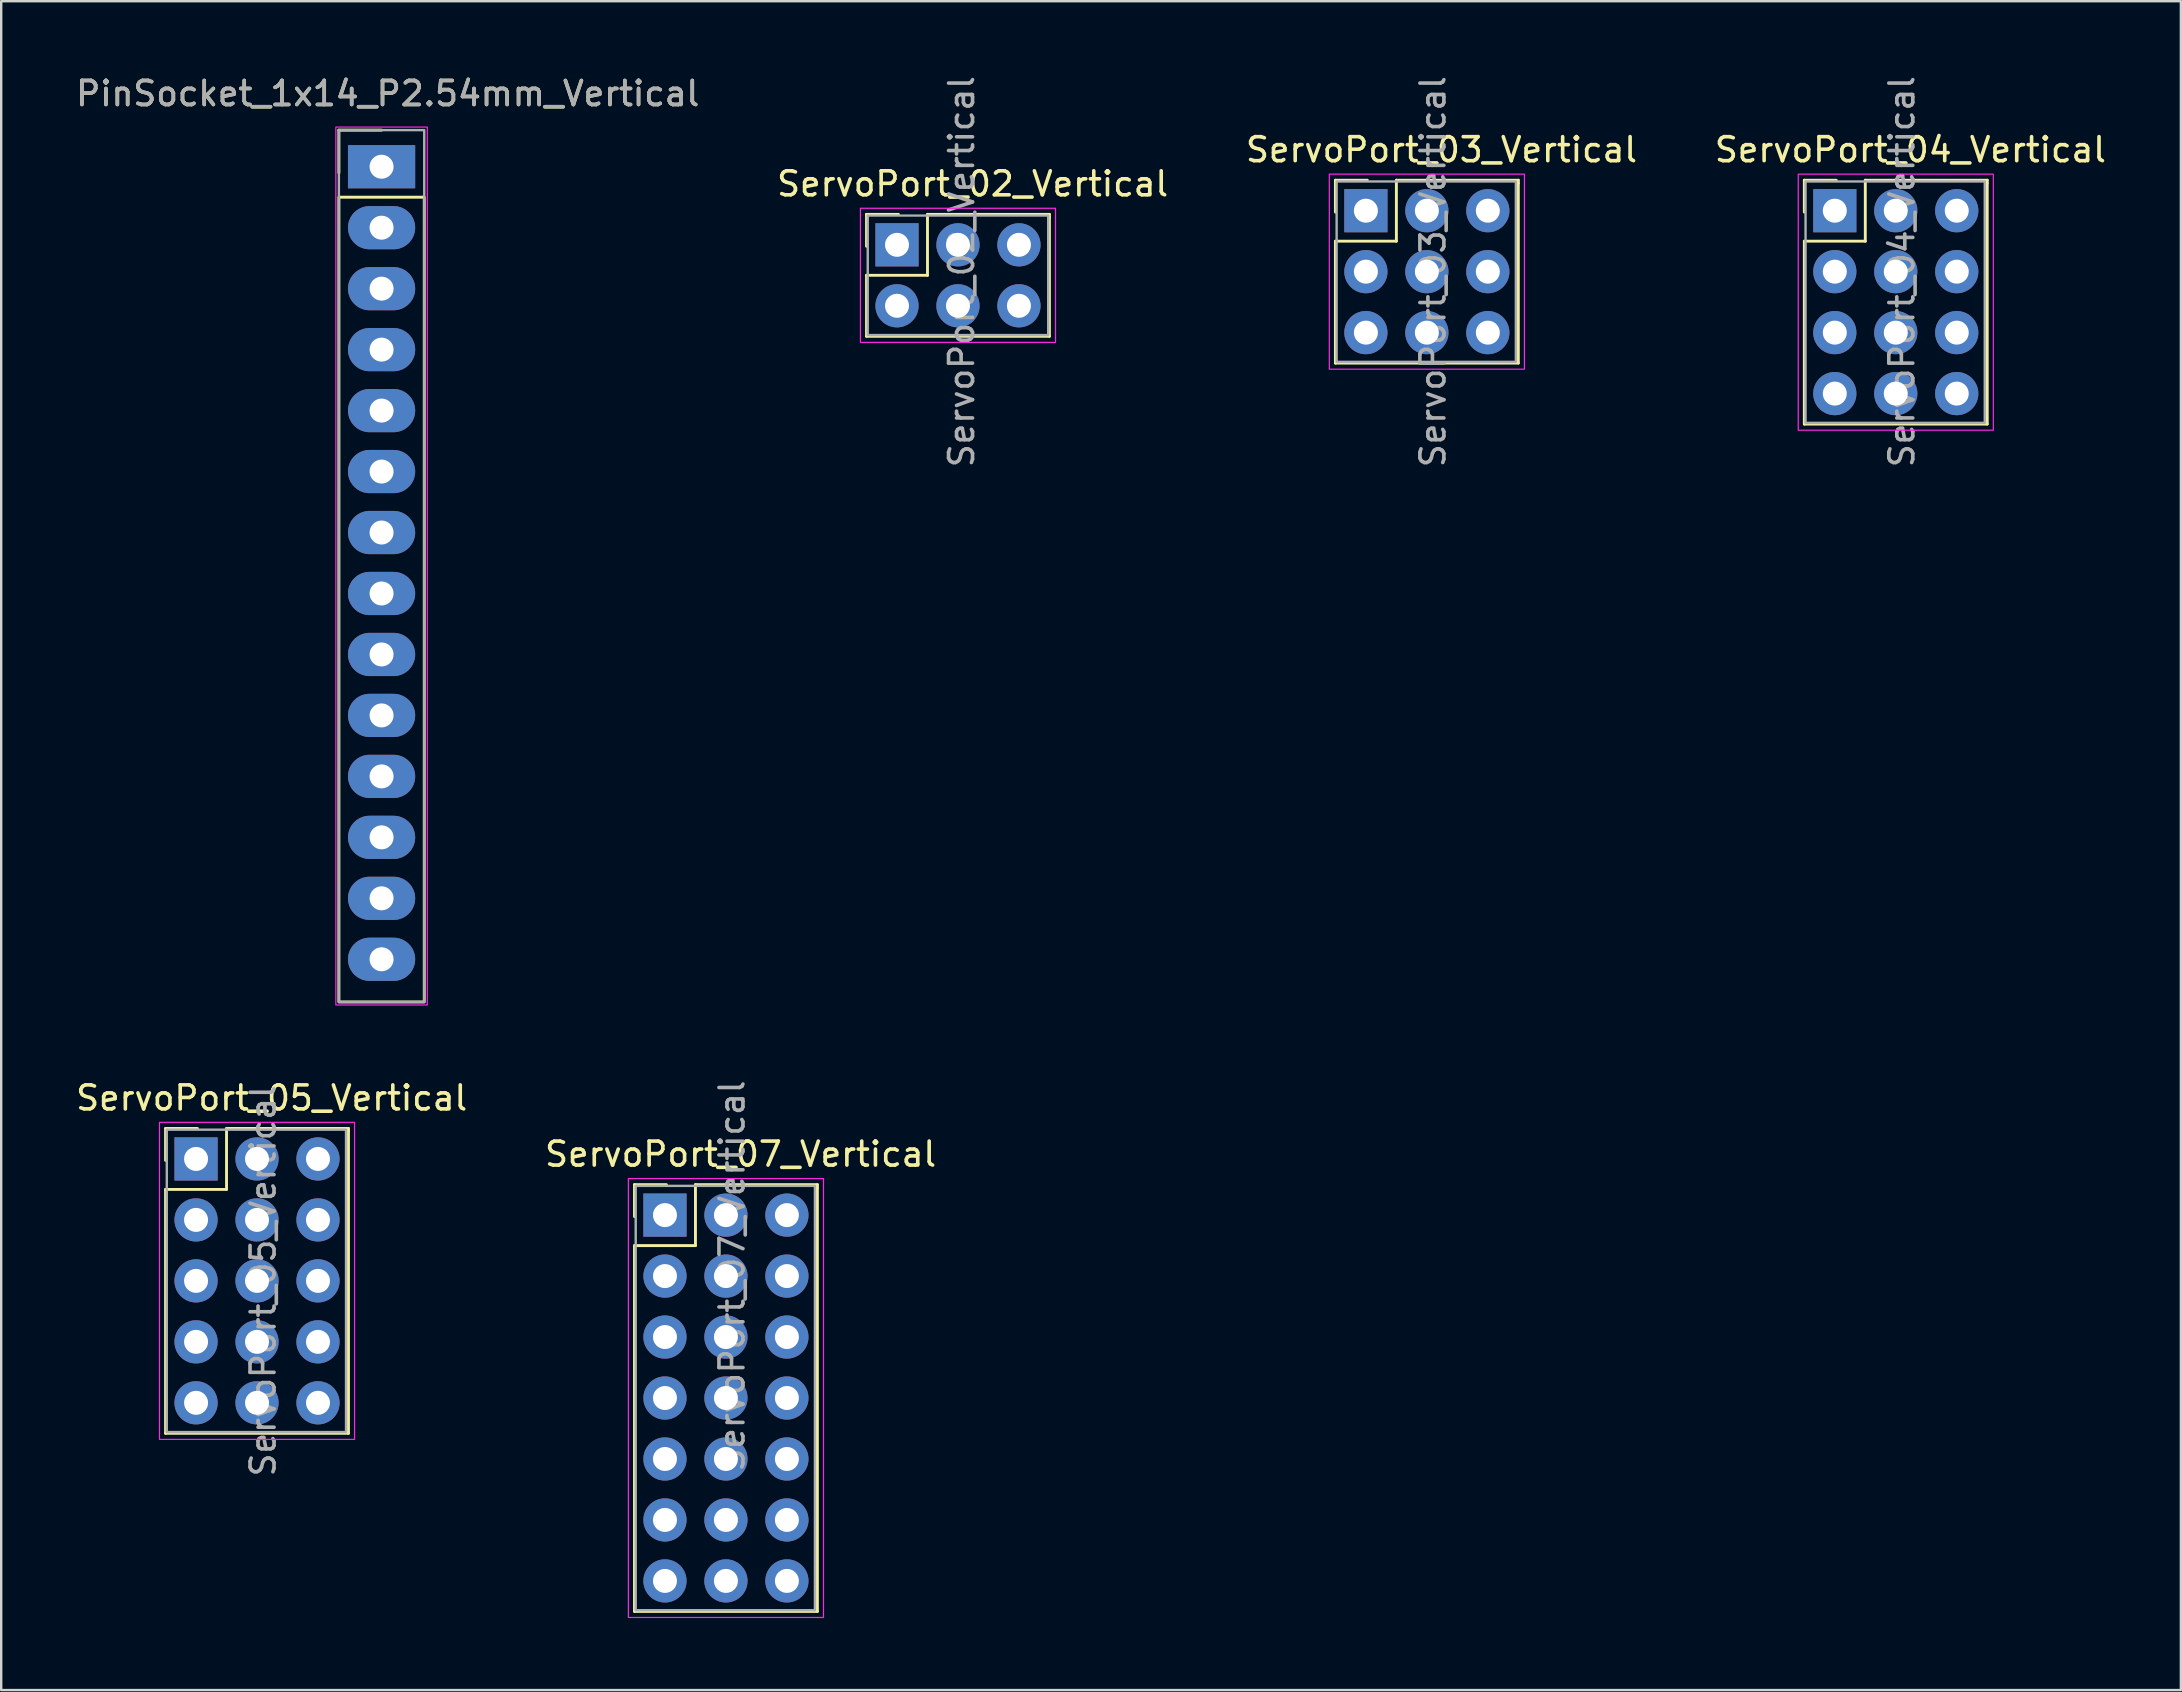
<source format=kicad_pcb>
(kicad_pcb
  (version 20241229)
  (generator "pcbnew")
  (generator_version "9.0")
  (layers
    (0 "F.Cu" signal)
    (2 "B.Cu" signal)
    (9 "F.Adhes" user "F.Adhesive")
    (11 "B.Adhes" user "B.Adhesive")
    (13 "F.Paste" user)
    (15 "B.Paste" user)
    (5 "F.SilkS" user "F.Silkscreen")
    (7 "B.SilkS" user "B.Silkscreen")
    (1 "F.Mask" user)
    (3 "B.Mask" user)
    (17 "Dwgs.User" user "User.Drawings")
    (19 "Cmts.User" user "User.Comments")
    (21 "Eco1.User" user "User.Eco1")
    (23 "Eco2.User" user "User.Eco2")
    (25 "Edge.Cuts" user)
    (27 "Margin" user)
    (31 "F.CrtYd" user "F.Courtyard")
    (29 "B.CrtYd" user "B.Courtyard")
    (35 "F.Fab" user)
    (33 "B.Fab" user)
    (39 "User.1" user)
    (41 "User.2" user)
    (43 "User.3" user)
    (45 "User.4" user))
  (footprint "ServoPort_07_Vertical"
    (layer "F.Cu")
    (at 24.654 47.574)
    (property "Reference" "ServoPort_07_Vertical" (at 3.15 -2.54 0) (unlocked yes) (layer "F.SilkS") (effects (font (size 1 1) (thickness 0.15))))
    (attr through_hole)
    (fp_line (start -1.27 -1.27) (end 0.06 -1.27) (stroke (width 0.12) (type solid)) (layer "F.SilkS"))
    (fp_line (start -1.27 0.06) (end -1.27 -1.27) (stroke (width 0.12) (type solid)) (layer "F.SilkS"))
    (fp_line (start -1.27 1.27) (end -1.27 16.51) (stroke (width 0.12) (type solid)) (layer "F.SilkS"))
    (fp_line (start -1.27 16.51) (end 6.35 16.51) (stroke (width 0.12) (type solid)) (layer "F.SilkS"))
    (fp_line (start 1.27 -1.27) (end 1.27 1.27) (stroke (width 0.12) (type solid)) (layer "F.SilkS"))
    (fp_line (start 1.27 1.27) (end -1.27 1.27) (stroke (width 0.12) (type solid)) (layer "F.SilkS"))
    (fp_line (start 6.35 -1.27) (end 1.27 -1.27) (stroke (width 0.12) (type solid)) (layer "F.SilkS"))
    (fp_line (start 6.35 -1.143) (end 6.35 -1.27) (stroke (width 0.12) (type solid)) (layer "F.SilkS"))
    (fp_line (start 6.35 16.51) (end 6.35 -1.143) (stroke (width 0.12) (type solid)) (layer "F.SilkS"))
    (fp_rect (start -1.524 -1.524) (end 6.604 16.764) (stroke (width 0.05) (type solid)) (fill no) (layer "F.CrtYd"))
    (fp_rect (start -1.219 -1.219) (end 6.248 16.459) (stroke (width 0.1) (type solid)) (fill no) (layer "F.Fab"))
    (fp_text user "${REFERENCE}" (at 2.794 2.54 90) (unlocked yes) (layer "F.Fab") (effects (font (size 1 1) (thickness 0.15))))
    (pad "1" thru_hole rect (at 0 0) (size 1.8 1.8) (drill 1) (layers "*.Cu" "*.Mask"))
    (pad "2" thru_hole circle (at 0 2.54) (size 1.8 1.8) (drill 1) (layers "*.Cu" "*.Mask"))
    (pad "3" thru_hole circle (at 0 5.08) (size 1.8 1.8) (drill 1) (layers "*.Cu" "*.Mask"))
    (pad "4" thru_hole circle (at 0 7.62) (size 1.8 1.8) (drill 1) (layers "*.Cu" "*.Mask"))
    (pad "5" thru_hole circle (at 0 10.16) (size 1.8 1.8) (drill 1) (layers "*.Cu" "*.Mask"))
    (pad "6" thru_hole circle (at 0 12.7) (size 1.8 1.8) (drill 1) (layers "*.Cu" "*.Mask"))
    (pad "7" thru_hole circle (at 0 15.24) (size 1.8 1.8) (drill 1) (layers "*.Cu" "*.Mask"))
    (pad "GND" thru_hole circle (at 5.08 0) (size 1.8 1.8) (drill 1) (layers "*.Cu" "*.Mask"))
    (pad "GND" thru_hole circle (at 5.08 2.54) (size 1.8 1.8) (drill 1) (layers "*.Cu" "*.Mask"))
    (pad "GND" thru_hole circle (at 5.08 5.08) (size 1.8 1.8) (drill 1) (layers "*.Cu" "*.Mask"))
    (pad "GND" thru_hole circle (at 5.08 7.62) (size 1.8 1.8) (drill 1) (layers "*.Cu" "*.Mask"))
    (pad "GND" thru_hole circle (at 5.08 10.16) (size 1.8 1.8) (drill 1) (layers "*.Cu" "*.Mask"))
    (pad "GND" thru_hole circle (at 5.08 12.7) (size 1.8 1.8) (drill 1) (layers "*.Cu" "*.Mask"))
    (pad "GND" thru_hole circle (at 5.08 15.24) (size 1.8 1.8) (drill 1) (layers "*.Cu" "*.Mask"))
    (pad "VCC" thru_hole circle (at 2.54 0) (size 1.8 1.8) (drill 1) (layers "*.Cu" "*.Mask"))
    (pad "VCC" thru_hole circle (at 2.54 2.54) (size 1.8 1.8) (drill 1) (layers "*.Cu" "*.Mask"))
    (pad "VCC" thru_hole circle (at 2.54 5.08) (size 1.8 1.8) (drill 1) (layers "*.Cu" "*.Mask"))
    (pad "VCC" thru_hole circle (at 2.54 7.62) (size 1.8 1.8) (drill 1) (layers "*.Cu" "*.Mask"))
    (pad "VCC" thru_hole circle (at 2.54 10.16) (size 1.8 1.8) (drill 1) (layers "*.Cu" "*.Mask"))
    (pad "VCC" thru_hole circle (at 2.54 12.7) (size 1.8 1.8) (drill 1) (layers "*.Cu" "*.Mask"))
    (pad "VCC" thru_hole circle (at 2.54 15.24) (size 1.8 1.8) (drill 1) (layers "*.Cu" "*.Mask")))
  (footprint "ServoPort_05_Vertical"
    (layer "F.Cu")
    (at 5.118 45.234)
    (property "Reference" "ServoPort_05_Vertical" (at 3.15 -2.54 0) (unlocked yes) (layer "F.SilkS") (effects (font (size 1 1) (thickness 0.15))))
    (attr through_hole)
    (fp_line (start -1.27 -1.27) (end 0.06 -1.27) (stroke (width 0.12) (type solid)) (layer "F.SilkS"))
    (fp_line (start -1.27 0.06) (end -1.27 -1.27) (stroke (width 0.12) (type solid)) (layer "F.SilkS"))
    (fp_line (start -1.27 1.27) (end -1.27 11.43) (stroke (width 0.12) (type solid)) (layer "F.SilkS"))
    (fp_line (start -1.27 11.43) (end 6.35 11.43) (stroke (width 0.12) (type solid)) (layer "F.SilkS"))
    (fp_line (start 1.27 -1.27) (end 1.27 1.27) (stroke (width 0.12) (type solid)) (layer "F.SilkS"))
    (fp_line (start 1.27 1.27) (end -1.27 1.27) (stroke (width 0.12) (type solid)) (layer "F.SilkS"))
    (fp_line (start 6.35 -1.27) (end 1.27 -1.27) (stroke (width 0.12) (type solid)) (layer "F.SilkS"))
    (fp_line (start 6.35 -1.143) (end 6.35 -1.27) (stroke (width 0.12) (type solid)) (layer "F.SilkS"))
    (fp_line (start 6.35 11.43) (end 6.35 -1.143) (stroke (width 0.12) (type solid)) (layer "F.SilkS"))
    (fp_rect (start -1.524 -1.524) (end 6.604 11.684) (stroke (width 0.05) (type solid)) (fill no) (layer "F.CrtYd"))
    (fp_rect (start -1.219 -1.219) (end 6.248 11.379) (stroke (width 0.1) (type solid)) (fill no) (layer "F.Fab"))
    (fp_text user "${REFERENCE}" (at 2.794 5.08 90) (unlocked yes) (layer "F.Fab") (effects (font (size 1 1) (thickness 0.15))))
    (pad "1" thru_hole rect (at 0 0) (size 1.8 1.8) (drill 1) (layers "*.Cu" "*.Mask"))
    (pad "2" thru_hole circle (at 0 2.54) (size 1.8 1.8) (drill 1) (layers "*.Cu" "*.Mask"))
    (pad "3" thru_hole circle (at 0 5.08) (size 1.8 1.8) (drill 1) (layers "*.Cu" "*.Mask"))
    (pad "4" thru_hole circle (at 0 7.62) (size 1.8 1.8) (drill 1) (layers "*.Cu" "*.Mask"))
    (pad "5" thru_hole circle (at 0 10.16) (size 1.8 1.8) (drill 1) (layers "*.Cu" "*.Mask"))
    (pad "GND" thru_hole circle (at 5.08 0) (size 1.8 1.8) (drill 1) (layers "*.Cu" "*.Mask"))
    (pad "GND" thru_hole circle (at 5.08 2.54) (size 1.8 1.8) (drill 1) (layers "*.Cu" "*.Mask"))
    (pad "GND" thru_hole circle (at 5.08 5.08) (size 1.8 1.8) (drill 1) (layers "*.Cu" "*.Mask"))
    (pad "GND" thru_hole circle (at 5.08 7.62) (size 1.8 1.8) (drill 1) (layers "*.Cu" "*.Mask"))
    (pad "GND" thru_hole circle (at 5.08 10.16) (size 1.8 1.8) (drill 1) (layers "*.Cu" "*.Mask"))
    (pad "VCC" thru_hole circle (at 2.54 0) (size 1.8 1.8) (drill 1) (layers "*.Cu" "*.Mask"))
    (pad "VCC" thru_hole circle (at 2.54 2.54) (size 1.8 1.8) (drill 1) (layers "*.Cu" "*.Mask"))
    (pad "VCC" thru_hole circle (at 2.54 5.08) (size 1.8 1.8) (drill 1) (layers "*.Cu" "*.Mask"))
    (pad "VCC" thru_hole circle (at 2.54 7.62) (size 1.8 1.8) (drill 1) (layers "*.Cu" "*.Mask"))
    (pad "VCC" thru_hole circle (at 2.54 10.16) (size 1.8 1.8) (drill 1) (layers "*.Cu" "*.Mask")))
  (footprint "ServoPort_03_Vertical"
    (layer "F.Cu")
    (at 53.856 5.728)
    (property "Reference" "ServoPort_03_Vertical" (at 3.15 -2.54 0) (unlocked yes) (layer "F.SilkS") (effects (font (size 1 1) (thickness 0.15))))
    (attr through_hole)
    (fp_line (start -1.27 -1.27) (end 0.06 -1.27) (stroke (width 0.12) (type solid)) (layer "F.SilkS"))
    (fp_line (start -1.27 0.06) (end -1.27 -1.27) (stroke (width 0.12) (type solid)) (layer "F.SilkS"))
    (fp_line (start -1.27 1.27) (end -1.27 6.35) (stroke (width 0.12) (type solid)) (layer "F.SilkS"))
    (fp_line (start -1.27 6.35) (end 6.35 6.35) (stroke (width 0.12) (type solid)) (layer "F.SilkS"))
    (fp_line (start 1.27 -1.27) (end 1.27 1.27) (stroke (width 0.12) (type solid)) (layer "F.SilkS"))
    (fp_line (start 1.27 1.27) (end -1.27 1.27) (stroke (width 0.12) (type solid)) (layer "F.SilkS"))
    (fp_line (start 6.35 -1.27) (end 1.27 -1.27) (stroke (width 0.12) (type solid)) (layer "F.SilkS"))
    (fp_line (start 6.35 -1.143) (end 6.35 -1.27) (stroke (width 0.12) (type solid)) (layer "F.SilkS"))
    (fp_line (start 6.35 6.35) (end 6.35 -1.143) (stroke (width 0.12) (type solid)) (layer "F.SilkS"))
    (fp_rect (start -1.524 -1.524) (end 6.604 6.604) (stroke (width 0.05) (type solid)) (fill no) (layer "F.CrtYd"))
    (fp_rect (start -1.219 -1.219) (end 6.248 6.299) (stroke (width 0.1) (type solid)) (fill no) (layer "F.Fab"))
    (fp_text user "${REFERENCE}" (at 2.794 2.54 90) (unlocked yes) (layer "F.Fab") (effects (font (size 1 1) (thickness 0.15))))
    (pad "1" thru_hole rect (at 0 0) (size 1.8 1.8) (drill 1) (layers "*.Cu" "*.Mask"))
    (pad "2" thru_hole circle (at 0 2.54) (size 1.8 1.8) (drill 1) (layers "*.Cu" "*.Mask"))
    (pad "3" thru_hole circle (at 0 5.08) (size 1.8 1.8) (drill 1) (layers "*.Cu" "*.Mask"))
    (pad "GND" thru_hole circle (at 5.08 0) (size 1.8 1.8) (drill 1) (layers "*.Cu" "*.Mask"))
    (pad "GND" thru_hole circle (at 5.08 2.54) (size 1.8 1.8) (drill 1) (layers "*.Cu" "*.Mask"))
    (pad "GND" thru_hole circle (at 5.08 5.08) (size 1.8 1.8) (drill 1) (layers "*.Cu" "*.Mask"))
    (pad "VCC" thru_hole circle (at 2.54 0) (size 1.8 1.8) (drill 1) (layers "*.Cu" "*.Mask"))
    (pad "VCC" thru_hole circle (at 2.54 2.54) (size 1.8 1.8) (drill 1) (layers "*.Cu" "*.Mask"))
    (pad "VCC" thru_hole circle (at 2.54 5.08) (size 1.8 1.8) (drill 1) (layers "*.Cu" "*.Mask")))
  (footprint "PinSocket_1x14_P2.54mm_Vertical"
    (layer "F.Cu")
    (at 12.847 3.896)
    (property "Reference" "PinSocket_1x14_P2.54mm_Vertical" (at 0.254 -3.048 0) (unlocked yes) (layer "F.SilkS") (effects (font (size 1 1) (thickness 0.15))))
    (attr through_hole)
    (fp_line (start -1.778 -1.524) (end 0 -1.524) (stroke (width 0.12) (type solid)) (layer "F.SilkS"))
    (fp_line (start -1.778 0.254) (end -1.778 -1.524) (stroke (width 0.12) (type solid)) (layer "F.SilkS"))
    (fp_rect (start -1.778 1.27) (end 1.778 34.798) (stroke (width 0.12) (type solid)) (fill no) (layer "F.SilkS"))
    (fp_rect (start -1.905 -1.651) (end 1.905 34.925) (stroke (width 0.05) (type solid)) (fill no) (layer "F.CrtYd"))
    (fp_rect (start -1.778 -1.524) (end 1.778 34.798) (stroke (width 0.1) (type solid)) (fill no) (layer "F.Fab"))
    (fp_text user "${REFERENCE}" (at 0.254 -3.048 0) (unlocked yes) (layer "F.Fab") (effects (font (size 1 1) (thickness 0.15))))
    (pad "1" thru_hole rect (at 0 0) (size 2.8 1.8) (drill 1) (layers "*.Cu" "*.Mask"))
    (pad "2" thru_hole oval (at 0 2.54) (size 2.8 1.8) (drill 1) (layers "*.Cu" "*.Mask"))
    (pad "3" thru_hole oval (at 0 5.08) (size 2.8 1.8) (drill 1) (layers "*.Cu" "*.Mask"))
    (pad "4" thru_hole oval (at 0 7.62) (size 2.8 1.8) (drill 1) (layers "*.Cu" "*.Mask"))
    (pad "5" thru_hole oval (at 0 10.16) (size 2.8 1.8) (drill 1) (layers "*.Cu" "*.Mask"))
    (pad "6" thru_hole oval (at 0 12.7) (size 2.8 1.8) (drill 1) (layers "*.Cu" "*.Mask"))
    (pad "7" thru_hole oval (at 0 15.24) (size 2.8 1.8) (drill 1) (layers "*.Cu" "*.Mask"))
    (pad "8" thru_hole oval (at 0 17.78) (size 2.8 1.8) (drill 1) (layers "*.Cu" "*.Mask"))
    (pad "9" thru_hole oval (at 0 20.32) (size 2.8 1.8) (drill 1) (layers "*.Cu" "*.Mask"))
    (pad "10" thru_hole oval (at 0 22.86) (size 2.8 1.8) (drill 1) (layers "*.Cu" "*.Mask"))
    (pad "11" thru_hole oval (at 0 25.4) (size 2.8 1.8) (drill 1) (layers "*.Cu" "*.Mask"))
    (pad "12" thru_hole oval (at 0 27.94) (size 2.8 1.8) (drill 1) (layers "*.Cu" "*.Mask"))
    (pad "13" thru_hole oval (at 0 30.48) (size 2.8 1.8) (drill 1) (layers "*.Cu" "*.Mask"))
    (pad "14" thru_hole oval (at 0 33.02) (size 2.8 1.8) (drill 1) (layers "*.Cu" "*.Mask")))
  (footprint "ServoPort_04_Vertical"
    (layer "F.Cu")
    (at 73.392 5.728)
    (property "Reference" "ServoPort_04_Vertical" (at 3.15 -2.54 0) (unlocked yes) (layer "F.SilkS") (effects (font (size 1 1) (thickness 0.15))))
    (attr through_hole)
    (fp_line (start -1.27 -1.27) (end 0.06 -1.27) (stroke (width 0.12) (type solid)) (layer "F.SilkS"))
    (fp_line (start -1.27 0.06) (end -1.27 -1.27) (stroke (width 0.12) (type solid)) (layer "F.SilkS"))
    (fp_line (start -1.27 1.27) (end -1.27 8.89) (stroke (width 0.12) (type solid)) (layer "F.SilkS"))
    (fp_line (start -1.27 8.89) (end 6.35 8.89) (stroke (width 0.12) (type solid)) (layer "F.SilkS"))
    (fp_line (start 1.27 -1.27) (end 1.27 1.27) (stroke (width 0.12) (type solid)) (layer "F.SilkS"))
    (fp_line (start 1.27 1.27) (end -1.27 1.27) (stroke (width 0.12) (type solid)) (layer "F.SilkS"))
    (fp_line (start 6.35 -1.27) (end 1.27 -1.27) (stroke (width 0.12) (type solid)) (layer "F.SilkS"))
    (fp_line (start 6.35 -1.143) (end 6.35 -1.27) (stroke (width 0.12) (type solid)) (layer "F.SilkS"))
    (fp_line (start 6.35 8.89) (end 6.35 -1.143) (stroke (width 0.12) (type solid)) (layer "F.SilkS"))
    (fp_rect (start -1.524 -1.524) (end 6.604 9.144) (stroke (width 0.05) (type solid)) (fill no) (layer "F.CrtYd"))
    (fp_rect (start -1.219 -1.219) (end 6.248 8.839) (stroke (width 0.1) (type solid)) (fill no) (layer "F.Fab"))
    (fp_text user "${REFERENCE}" (at 2.794 2.54 90) (unlocked yes) (layer "F.Fab") (effects (font (size 1 1) (thickness 0.15))))
    (pad "1" thru_hole rect (at 0 0) (size 1.8 1.8) (drill 1) (layers "*.Cu" "*.Mask"))
    (pad "2" thru_hole circle (at 0 2.54) (size 1.8 1.8) (drill 1) (layers "*.Cu" "*.Mask"))
    (pad "3" thru_hole circle (at 0 5.08) (size 1.8 1.8) (drill 1) (layers "*.Cu" "*.Mask"))
    (pad "4" thru_hole circle (at 0 7.62) (size 1.8 1.8) (drill 1) (layers "*.Cu" "*.Mask"))
    (pad "GND" thru_hole circle (at 5.08 0) (size 1.8 1.8) (drill 1) (layers "*.Cu" "*.Mask"))
    (pad "GND" thru_hole circle (at 5.08 2.54) (size 1.8 1.8) (drill 1) (layers "*.Cu" "*.Mask"))
    (pad "GND" thru_hole circle (at 5.08 5.08) (size 1.8 1.8) (drill 1) (layers "*.Cu" "*.Mask"))
    (pad "GND" thru_hole circle (at 5.08 7.62) (size 1.8 1.8) (drill 1) (layers "*.Cu" "*.Mask"))
    (pad "VCC" thru_hole circle (at 2.54 0) (size 1.8 1.8) (drill 1) (layers "*.Cu" "*.Mask"))
    (pad "VCC" thru_hole circle (at 2.54 2.54) (size 1.8 1.8) (drill 1) (layers "*.Cu" "*.Mask"))
    (pad "VCC" thru_hole circle (at 2.54 5.08) (size 1.8 1.8) (drill 1) (layers "*.Cu" "*.Mask"))
    (pad "VCC" thru_hole circle (at 2.54 7.62) (size 1.8 1.8) (drill 1) (layers "*.Cu" "*.Mask")))
  (footprint "ServoPort_02_Vertical"
    (layer "F.Cu")
    (at 34.321 7.15)
    (property "Reference" "ServoPort_02_Vertical" (at 3.15 -2.54 0) (unlocked yes) (layer "F.SilkS") (effects (font (size 1 1) (thickness 0.15))))
    (attr through_hole)
    (fp_line (start -1.27 -1.27) (end 0.06 -1.27) (stroke (width 0.12) (type solid)) (layer "F.SilkS"))
    (fp_line (start -1.27 0.06) (end -1.27 -1.27) (stroke (width 0.12) (type solid)) (layer "F.SilkS"))
    (fp_line (start -1.27 1.27) (end -1.27 3.81) (stroke (width 0.12) (type solid)) (layer "F.SilkS"))
    (fp_line (start -1.27 3.81) (end 6.35 3.81) (stroke (width 0.12) (type solid)) (layer "F.SilkS"))
    (fp_line (start 1.27 -1.27) (end 1.27 1.27) (stroke (width 0.12) (type solid)) (layer "F.SilkS"))
    (fp_line (start 1.27 1.27) (end -1.27 1.27) (stroke (width 0.12) (type solid)) (layer "F.SilkS"))
    (fp_line (start 6.35 -1.27) (end 1.27 -1.27) (stroke (width 0.12) (type solid)) (layer "F.SilkS"))
    (fp_line (start 6.35 -1.143) (end 6.35 -1.27) (stroke (width 0.12) (type solid)) (layer "F.SilkS"))
    (fp_line (start 6.35 3.81) (end 6.35 -1.143) (stroke (width 0.12) (type solid)) (layer "F.SilkS"))
    (fp_rect (start -1.524 -1.524) (end 6.604 4.064) (stroke (width 0.05) (type solid)) (fill no) (layer "F.CrtYd"))
    (fp_rect (start -1.219 -1.219) (end 6.299 3.759) (stroke (width 0.1) (type solid)) (fill no) (layer "F.Fab"))
    (fp_text user "${REFERENCE}" (at 2.692 1.118 90) (unlocked yes) (layer "F.Fab") (effects (font (size 1 1) (thickness 0.15))))
    (pad "1" thru_hole rect (at 0 0) (size 1.8 1.8) (drill 1) (layers "*.Cu" "*.Mask"))
    (pad "2" thru_hole circle (at 0 2.54) (size 1.8 1.8) (drill 1) (layers "*.Cu" "*.Mask"))
    (pad "GND" thru_hole circle (at 5.08 0) (size 1.8 1.8) (drill 1) (layers "*.Cu" "*.Mask"))
    (pad "GND" thru_hole circle (at 5.08 2.54) (size 1.8 1.8) (drill 1) (layers "*.Cu" "*.Mask"))
    (pad "VCC" thru_hole circle (at 2.54 0) (size 1.8 1.8) (drill 1) (layers "*.Cu" "*.Mask"))
    (pad "VCC" thru_hole circle (at 2.54 2.54) (size 1.8 1.8) (drill 1) (layers "*.Cu" "*.Mask")))
  (gr_rect
    (start -3 -3)
    (end 87.81 67.363)
    (stroke (width 0.1) (type default))
    (fill no)
    (layer "Edge.Cuts")))
</source>
